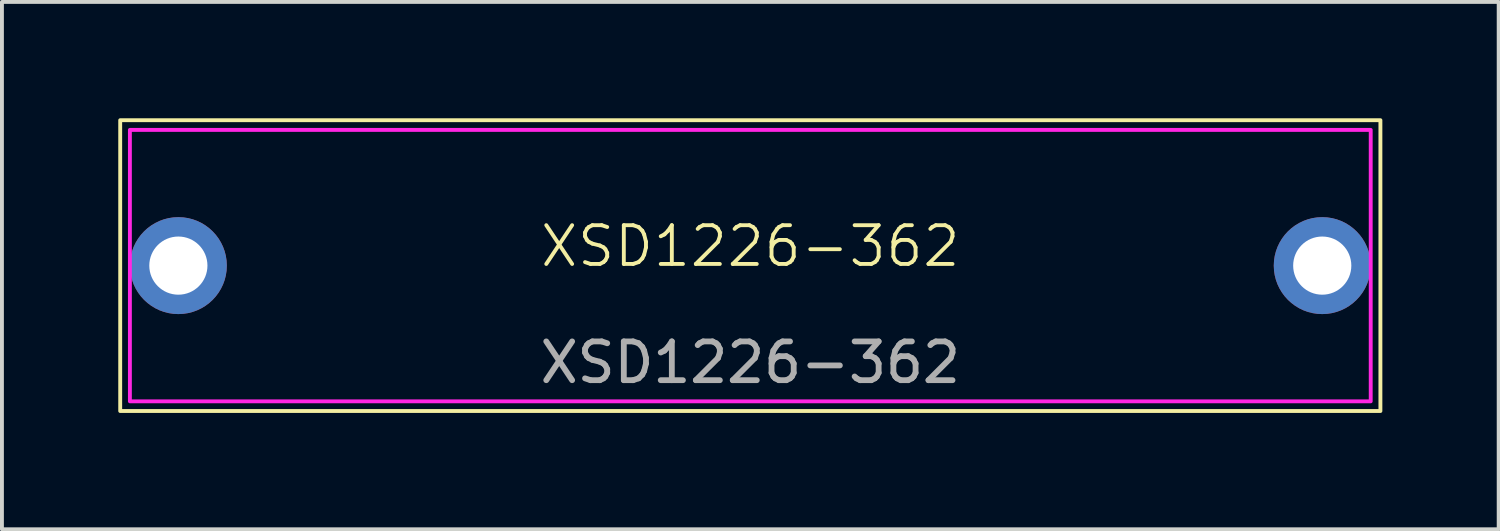
<source format=kicad_pcb>
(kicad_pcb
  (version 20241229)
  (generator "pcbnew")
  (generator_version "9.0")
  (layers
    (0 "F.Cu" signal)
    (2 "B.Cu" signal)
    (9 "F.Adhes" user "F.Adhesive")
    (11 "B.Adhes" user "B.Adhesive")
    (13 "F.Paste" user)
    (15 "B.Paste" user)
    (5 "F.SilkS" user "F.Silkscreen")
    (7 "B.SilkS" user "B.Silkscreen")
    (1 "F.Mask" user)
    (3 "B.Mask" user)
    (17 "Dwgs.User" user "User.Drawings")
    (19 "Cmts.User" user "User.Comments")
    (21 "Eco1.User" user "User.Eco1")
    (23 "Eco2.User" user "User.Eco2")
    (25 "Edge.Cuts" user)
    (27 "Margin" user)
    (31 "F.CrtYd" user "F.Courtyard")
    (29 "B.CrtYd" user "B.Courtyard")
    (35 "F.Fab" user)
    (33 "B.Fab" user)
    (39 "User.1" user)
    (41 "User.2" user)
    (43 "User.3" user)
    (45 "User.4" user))
  (footprint "XSD1226-362"
    (layer "F.Cu")
    (at 16.3 3.8)
    (property "Reference" "XSD1226-362" (at 0 -0.5 0) (unlocked yes) (layer "F.SilkS") (effects (font (size 1 1) (thickness 0.1))))
    (attr smd)
    (fp_rect (start -16.25 -3.75) (end 16.25 3.75) (stroke (width 0.1) (type default)) (fill no) (layer "F.SilkS"))
    (fp_rect (start -16 -3.5) (end 16 3.5) (stroke (width 0.1) (type solid)) (fill no) (layer "F.CrtYd"))
    (fp_text user "${REFERENCE}" (at 0 2.5 0) (unlocked yes) (layer "F.Fab") (effects (font (size 1 1) (thickness 0.15))))
    (pad "" np_thru_hole circle (at -14.75 0) (size 2.5 2.5) (drill 1.5) (layers "*.Cu" "*.Mask"))
    (pad "" np_thru_hole circle (at 14.75 0) (size 2.5 2.5) (drill 1.5) (layers "*.Cu" "*.Mask")))
  (gr_rect
    (start -3 -3)
    (end 35.6 10.6)
    (stroke (width 0.1) (type default))
    (fill no)
    (layer "Edge.Cuts")))
</source>
